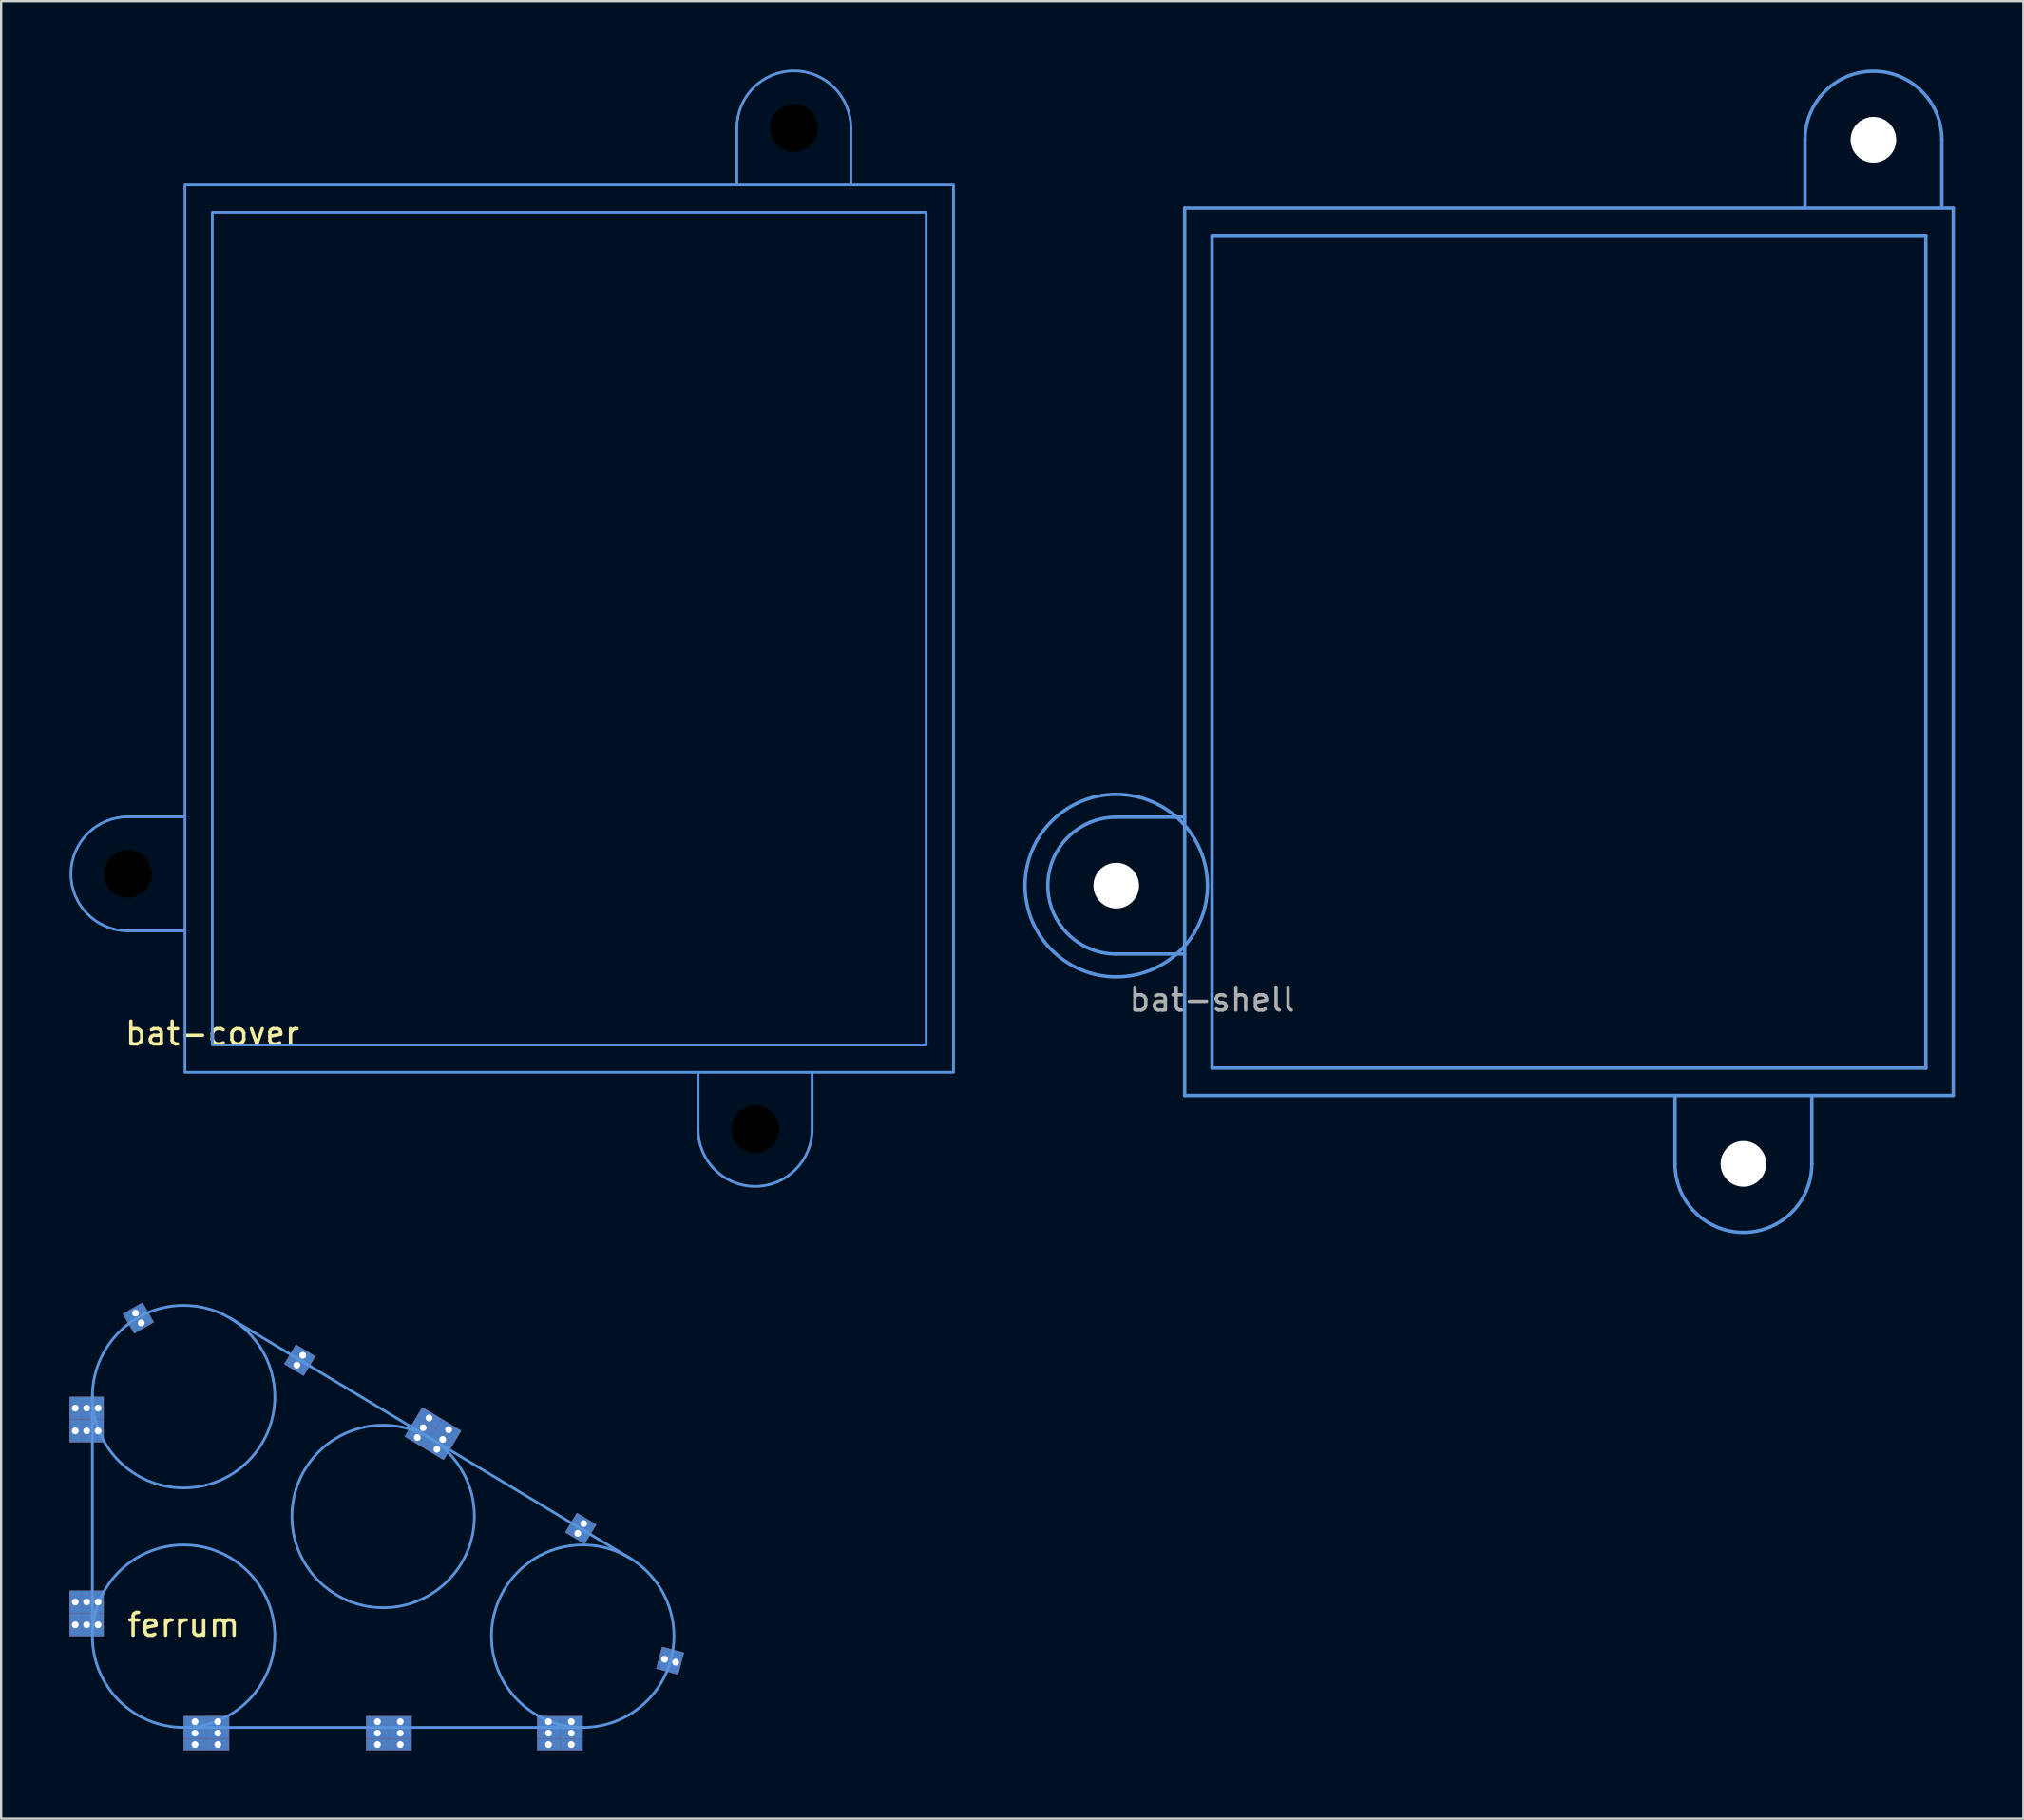
<source format=kicad_pcb>
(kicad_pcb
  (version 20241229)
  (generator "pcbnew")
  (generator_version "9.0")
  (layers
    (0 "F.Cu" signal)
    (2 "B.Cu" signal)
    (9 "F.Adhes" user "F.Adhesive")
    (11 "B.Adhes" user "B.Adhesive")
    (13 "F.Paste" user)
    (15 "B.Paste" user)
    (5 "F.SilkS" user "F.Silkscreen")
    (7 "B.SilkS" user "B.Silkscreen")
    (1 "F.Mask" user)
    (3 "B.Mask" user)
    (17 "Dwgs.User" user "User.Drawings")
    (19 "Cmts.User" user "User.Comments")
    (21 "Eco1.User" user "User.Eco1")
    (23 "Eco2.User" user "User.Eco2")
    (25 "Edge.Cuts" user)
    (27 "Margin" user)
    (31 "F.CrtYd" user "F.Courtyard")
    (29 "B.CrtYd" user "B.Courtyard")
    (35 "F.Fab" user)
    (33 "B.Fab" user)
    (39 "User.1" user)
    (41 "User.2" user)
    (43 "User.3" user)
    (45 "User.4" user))
  (footprint "ferrum"
    (layer "F.Cu")
    (at 5 68.681)
    (property "Reference" "ferrum" (at 0 -0.5 0) (unlocked yes) (layer "F.SilkS") (effects (font (size 1 1) (thickness 0.15))))
    (fp_line (start -4 0) (end -4 -10.5) (stroke (width 0.12) (type solid)) (layer "Cmts.User"))
    (fp_line (start 2.057 -13.93) (end 19.558 -3.43) (stroke (width 0.12) (type solid)) (layer "Cmts.User"))
    (fp_line (start 17.5 4) (end 0 4) (stroke (width 0.12) (type solid)) (layer "Cmts.User"))
    (fp_circle (center 0 -10.5) (end 0 -6.5) (stroke (width 0.12) (type solid)) (fill no) (layer "Cmts.User"))
    (fp_circle (center 0 0) (end 4 0) (stroke (width 0.12) (type solid)) (fill no) (layer "Cmts.User"))
    (fp_circle (center 8.75 -5.25) (end 12.75 -5.25) (stroke (width 0.12) (type solid)) (fill no) (layer "Cmts.User"))
    (fp_circle (center 17.5 0) (end 13.5 0) (stroke (width 0.12) (type solid)) (fill no) (layer "Cmts.User"))
    (pad "1" thru_hole rect (at -4.75 -10 90) (size 1 0.5) (drill 0.3) (layers "*.Cu" "F.Mask"))
    (pad "1" thru_hole rect (at -4.75 -9 90) (size 1 0.5) (drill 0.3) (layers "*.Cu" "F.Mask"))
    (pad "1" thru_hole rect (at -4.75 -1.5 90) (size 1 0.5) (drill 0.3) (layers "*.Cu" "F.Mask"))
    (pad "1" thru_hole rect (at -4.75 -0.5 90) (size 1 0.5) (drill 0.3) (layers "*.Cu" "F.Mask"))
    (pad "1" thru_hole rect (at -4.25 -10 90) (size 1 0.5) (drill 0.3) (layers "*.Cu" "F.Mask"))
    (pad "1" thru_hole rect (at -4.25 -9 90) (size 1 0.5) (drill 0.3) (layers "*.Cu" "F.Mask"))
    (pad "1" thru_hole rect (at -4.25 -1.5 90) (size 1 0.5) (drill 0.3) (layers "*.Cu" "F.Mask"))
    (pad "1" thru_hole rect (at -4.25 -0.5 90) (size 1 0.5) (drill 0.3) (layers "*.Cu" "F.Mask"))
    (pad "1" thru_hole rect (at -3.75 -10 90) (size 1 0.5) (drill 0.3) (layers "*.Cu" "F.Mask"))
    (pad "1" thru_hole rect (at -3.75 -9 90) (size 1 0.5) (drill 0.3) (layers "*.Cu" "F.Mask"))
    (pad "1" thru_hole rect (at -3.75 -1.5 90) (size 1 0.5) (drill 0.3) (layers "*.Cu" "F.Mask"))
    (pad "1" thru_hole rect (at -3.75 -0.5 90) (size 1 0.5) (drill 0.3) (layers "*.Cu" "F.Mask"))
    (pad "1" thru_hole rect (at -2.108 -14.165 30) (size 1 0.5) (drill 0.3) (layers "*.Cu" "F.Mask"))
    (pad "1" thru_hole rect (at -1.858 -13.732 210) (size 1 0.5) (drill 0.3) (layers "*.Cu" "F.Mask"))
    (pad "1" thru_hole rect (at 0.5 3.75) (size 1 0.5) (drill 0.3) (layers "*.Cu" "F.Mask"))
    (pad "1" thru_hole rect (at 0.5 4.25) (size 1 0.5) (drill 0.3) (layers "*.Cu" "F.Mask"))
    (pad "1" thru_hole rect (at 0.5 4.75) (size 1 0.5) (drill 0.3) (layers "*.Cu" "F.Mask"))
    (pad "1" thru_hole rect (at 1.499 3.749) (size 1 0.5) (drill 0.3) (layers "*.Cu" "F.Mask"))
    (pad "1" thru_hole rect (at 1.5 4.25) (size 1 0.5) (drill 0.3) (layers "*.Cu" "F.Mask"))
    (pad "1" thru_hole rect (at 1.5 4.75) (size 1 0.5) (drill 0.3) (layers "*.Cu" "F.Mask"))
    (pad "1" thru_hole rect (at 4.967 -11.885 149) (size 1 0.5) (drill 0.3) (layers "*.Cu" "F.Mask"))
    (pad "1" thru_hole rect (at 5.224 -12.314 149) (size 1 0.5) (drill 0.3) (layers "*.Cu" "F.Mask"))
    (pad "1" thru_hole rect (at 8.5 3.75) (size 1 0.5) (drill 0.3) (layers "*.Cu" "F.Mask"))
    (pad "1" thru_hole rect (at 8.5 4.25) (size 1 0.5) (drill 0.3) (layers "*.Cu" "F.Mask"))
    (pad "1" thru_hole rect (at 8.5 4.75) (size 1 0.5) (drill 0.3) (layers "*.Cu" "F.Mask"))
    (pad "1" thru_hole rect (at 9.5 3.75) (size 1 0.5) (drill 0.3) (layers "*.Cu" "F.Mask"))
    (pad "1" thru_hole rect (at 9.5 4.25) (size 1 0.5) (drill 0.3) (layers "*.Cu" "F.Mask"))
    (pad "1" thru_hole rect (at 9.5 4.75) (size 1 0.5) (drill 0.3) (layers "*.Cu" "F.Mask"))
    (pad "1" thru_hole rect (at 10.248 -8.709 149) (size 1 0.5) (drill 0.3) (layers "*.Cu" "F.Mask"))
    (pad "1" thru_hole rect (at 10.506 -9.138 149) (size 1 0.5) (drill 0.3) (layers "*.Cu" "F.Mask"))
    (pad "1" thru_hole rect (at 10.764 -9.567 149) (size 1 0.5) (drill 0.3) (layers "*.Cu" "F.Mask"))
    (pad "1" thru_hole rect (at 11.106 -8.194 149) (size 1 0.5) (drill 0.3) (layers "*.Cu" "F.Mask"))
    (pad "1" thru_hole rect (at 11.363 -8.623 149) (size 1 0.5) (drill 0.3) (layers "*.Cu" "F.Mask"))
    (pad "1" thru_hole rect (at 11.621 -9.052 149) (size 1 0.5) (drill 0.3) (layers "*.Cu" "F.Mask"))
    (pad "1" thru_hole rect (at 16 3.75) (size 1 0.5) (drill 0.3) (layers "*.Cu" "F.Mask"))
    (pad "1" thru_hole rect (at 16 4.25) (size 1 0.5) (drill 0.3) (layers "*.Cu" "F.Mask"))
    (pad "1" thru_hole rect (at 16 4.75) (size 1 0.5) (drill 0.3) (layers "*.Cu" "F.Mask"))
    (pad "1" thru_hole rect (at 17 3.75) (size 1 0.5) (drill 0.3) (layers "*.Cu" "F.Mask"))
    (pad "1" thru_hole rect (at 17 4.25) (size 1 0.5) (drill 0.3) (layers "*.Cu" "F.Mask"))
    (pad "1" thru_hole rect (at 17 4.75) (size 1 0.5) (drill 0.3) (layers "*.Cu" "F.Mask"))
    (pad "1" thru_hole rect (at 17.285 -4.508 149) (size 1 0.5) (drill 0.3) (layers "*.Cu" "F.Mask"))
    (pad "1" thru_hole rect (at 17.543 -4.936 149) (size 1 0.5) (drill 0.3) (layers "*.Cu" "F.Mask"))
    (pad "1" thru_hole rect (at 21.09 1.01 255) (size 1 0.5) (drill 0.3) (layers "*.Cu" "F.Mask"))
    (pad "1" thru_hole rect (at 21.573 1.139 75) (size 1 0.5) (drill 0.3) (layers "*.Cu" "F.Mask")))
  (footprint "bat-cover"
    (layer "F.Cu")
    (at 6.26 42.76)
    (property "Reference" "bat-cover" (at 0 -0.5 0) (unlocked yes) (layer "F.SilkS") (effects (font (size 1 1) (thickness 0.15))))
    (fp_line (start -1.2 -10) (end -3.7 -10) (stroke (width 0.12) (type solid)) (layer "Cmts.User"))
    (fp_line (start -1.2 -5) (end -3.7 -5) (stroke (width 0.12) (type solid)) (layer "Cmts.User"))
    (fp_line (start 21.3 1.2) (end 21.3 3.7) (stroke (width 0.12) (type solid)) (layer "Cmts.User"))
    (fp_line (start 23 -37.7) (end 23 -40.2) (stroke (width 0.12) (type solid)) (layer "Cmts.User"))
    (fp_line (start 26.3 1.2) (end 26.3 3.7) (stroke (width 0.12) (type solid)) (layer "Cmts.User"))
    (fp_line (start 28 -37.7) (end 28 -40.2) (stroke (width 0.12) (type solid)) (layer "Cmts.User"))
    (fp_rect (start -1.2 1.2) (end 32.5 -37.7) (stroke (width 0.12) (type solid)) (fill no) (layer "Cmts.User"))
    (fp_rect (start 0 0) (end 31.3 -36.5) (stroke (width 0.12) (type solid)) (fill no) (layer "Cmts.User"))
    (fp_arc (start -3.7 -5) (mid -6.2 -7.5) (end -3.7 -10) (stroke (width 0.12) (type solid)) (layer "Cmts.User"))
    (fp_arc (start 23 -40.2) (mid 25.5 -42.7) (end 28 -40.2) (stroke (width 0.12) (type solid)) (layer "Cmts.User"))
    (fp_arc (start 26.3 3.7) (mid 23.8 6.2) (end 21.3 3.7) (stroke (width 0.12) (type solid)) (layer "Cmts.User"))
    (pad "" np_thru_hole circle (at -3.7 -7.5 270) (size 2.1 2.1) (drill 2.1) (layers "*.Mask"))
    (pad "" np_thru_hole circle (at 23.8 3.7) (size 2.1 2.1) (drill 2.1) (layers "*.Mask"))
    (pad "" np_thru_hole circle (at 25.5 -40.2 180) (size 2.1 2.1) (drill 2.1) (layers "*.Mask")))
  (footprint "bat-shell"
    (layer "F.Cu")
    (at 50.095 43.775)
    (property "Reference" "bat-shell" (at 0 -3 0) (layer "F.Fab") (effects (font (size 1 1) (thickness 0.15))))
    (attr through_hole)
    (fp_line (start -4.2 -11) (end -1.2 -11) (stroke (width 0.15) (type solid)) (layer "Cmts.User"))
    (fp_line (start -1.2 -37.7) (end 32.5 -37.7) (stroke (width 0.15) (type solid)) (layer "Cmts.User"))
    (fp_line (start -1.2 -5) (end -4.2 -5) (stroke (width 0.15) (type solid)) (layer "Cmts.User"))
    (fp_line (start -1.2 1.2) (end -1.2 -37.7) (stroke (width 0.15) (type solid)) (layer "Cmts.User"))
    (fp_line (start 0 -36.5) (end 31.3 -36.5) (stroke (width 0.15) (type solid)) (layer "Cmts.User"))
    (fp_line (start 0 0) (end 0 -36.5) (stroke (width 0.15) (type solid)) (layer "Cmts.User"))
    (fp_line (start 20.3 4.2) (end 20.3 1.2) (stroke (width 0.15) (type solid)) (layer "Cmts.User"))
    (fp_line (start 26 -37.7) (end 26 -40.7) (stroke (width 0.15) (type solid)) (layer "Cmts.User"))
    (fp_line (start 26.3 1.2) (end 26.3 4.2) (stroke (width 0.15) (type solid)) (layer "Cmts.User"))
    (fp_line (start 31.3 -36.5) (end 31.3 0) (stroke (width 0.15) (type solid)) (layer "Cmts.User"))
    (fp_line (start 31.3 0) (end 0 0) (stroke (width 0.15) (type solid)) (layer "Cmts.User"))
    (fp_line (start 32 -40.7) (end 32 -37.7) (stroke (width 0.15) (type solid)) (layer "Cmts.User"))
    (fp_line (start 32.5 -37.7) (end 32.5 1.2) (stroke (width 0.15) (type solid)) (layer "Cmts.User"))
    (fp_line (start 32.5 1.2) (end -1.2 1.2) (stroke (width 0.15) (type solid)) (layer "Cmts.User"))
    (fp_arc (start -4.2 -5) (mid -7.2 -8) (end -4.2 -11) (stroke (width 0.15) (type solid)) (layer "Cmts.User"))
    (fp_arc (start 26 -40.7) (mid 29 -43.7) (end 32 -40.7) (stroke (width 0.15) (type solid)) (layer "Cmts.User"))
    (fp_arc (start 26.3 4.2) (mid 23.3 7.2) (end 20.3 4.2) (stroke (width 0.15) (type solid)) (layer "Cmts.User"))
    (fp_circle (center -4.2 -8) (end -0.2 -8) (stroke (width 0.15) (type solid)) (fill no) (layer "Cmts.User"))
    (pad "" np_thru_hole circle (at -4.2 -8) (size 2 2) (drill 2) (layers "*.Cu" "*.Mask"))
    (pad "" np_thru_hole circle (at 23.3 4.2) (size 2 2) (drill 2) (layers "*.Cu" "*.Mask"))
    (pad "" np_thru_hole circle (at 29 -40.7) (size 2 2) (drill 2) (layers "*.Cu" "*.Mask")))
  (gr_rect
    (start -3 -3)
    (end 85.67 76.681)
    (stroke (width 0.1) (type default))
    (fill no)
    (layer "Edge.Cuts")))
</source>
